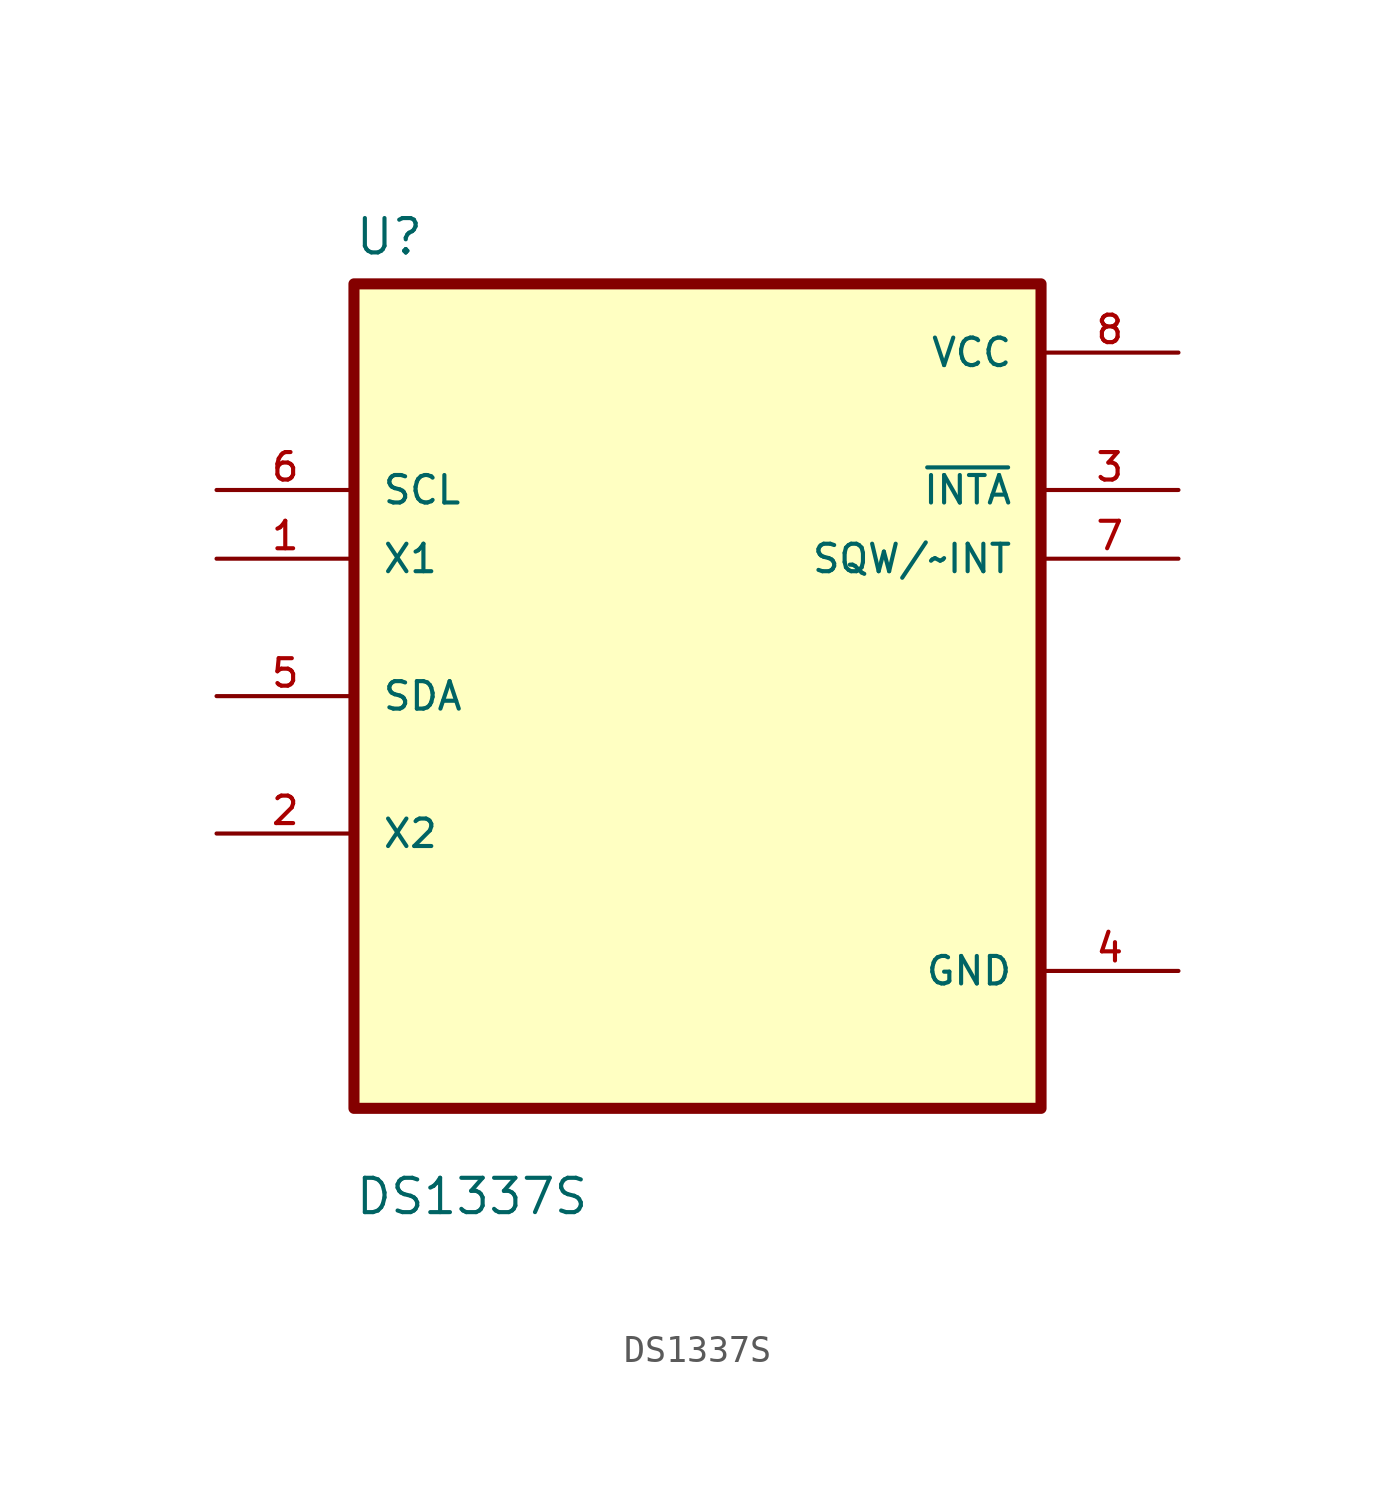
<source format=kicad_sym>
(kicad_symbol_lib
  (version 20241209)
  (generator "kicad_symbol_editor")
  (generator_version "9.0")
  (symbol "DS1337S"
    (pin_names
      (offset 1.016))
    (property "Reference" "U"
      (at -12.7 16.24 0)
      (effects (font (size 1.27 1.27)) (justify left bottom)))
    (property "Value" "DS1337S"
      (at -12.7 -19.24 0)
      (effects (font (size 1.27 1.27)) (justify left bottom)))
    (symbol "DS1337S_0_0"
      (rectangle (start -12.7 -15.24) (end 12.7 15.24) (stroke (width 0.41) (type default)) (fill (type background)))
      (pin input line (at -17.78 7.62 0) (length 5.08) (name "SCL" (effects (font (size 1.016 1.016)))) (number "6" (effects (font (size 1.016 1.016)))))
      (pin input line (at -17.78 5.08 0) (length 5.08) (name "X1" (effects (font (size 1.016 1.016)))) (number "1" (effects (font (size 1.016 1.016)))))
      (pin bidirectional line (at -17.78 0 0) (length 5.08) (name "SDA" (effects (font (size 1.016 1.016)))) (number "5" (effects (font (size 1.016 1.016)))))
      (pin bidirectional line (at -17.78 -5.08 0) (length 5.08) (name "X2" (effects (font (size 1.016 1.016)))) (number "2" (effects (font (size 1.016 1.016)))))
      (pin power_in line (at 17.78 12.7 180) (length 5.08) (name "VCC" (effects (font (size 1.016 1.016)))) (number "8" (effects (font (size 1.016 1.016)))))
      (pin output line (at 17.78 7.62 180) (length 5.08) (name "~{INTA}" (effects (font (size 1.016 1.016)))) (number "3" (effects (font (size 1.016 1.016)))))
      (pin output line (at 17.78 5.08 180) (length 5.08) (name "SQW/~INT" (effects (font (size 1.016 1.016)))) (number "7" (effects (font (size 1.016 1.016)))))
      (pin power_in line (at 17.78 -10.16 180) (length 5.08) (name "GND" (effects (font (size 1.016 1.016)))) (number "4" (effects (font (size 1.016 1.016))))))))
</source>
